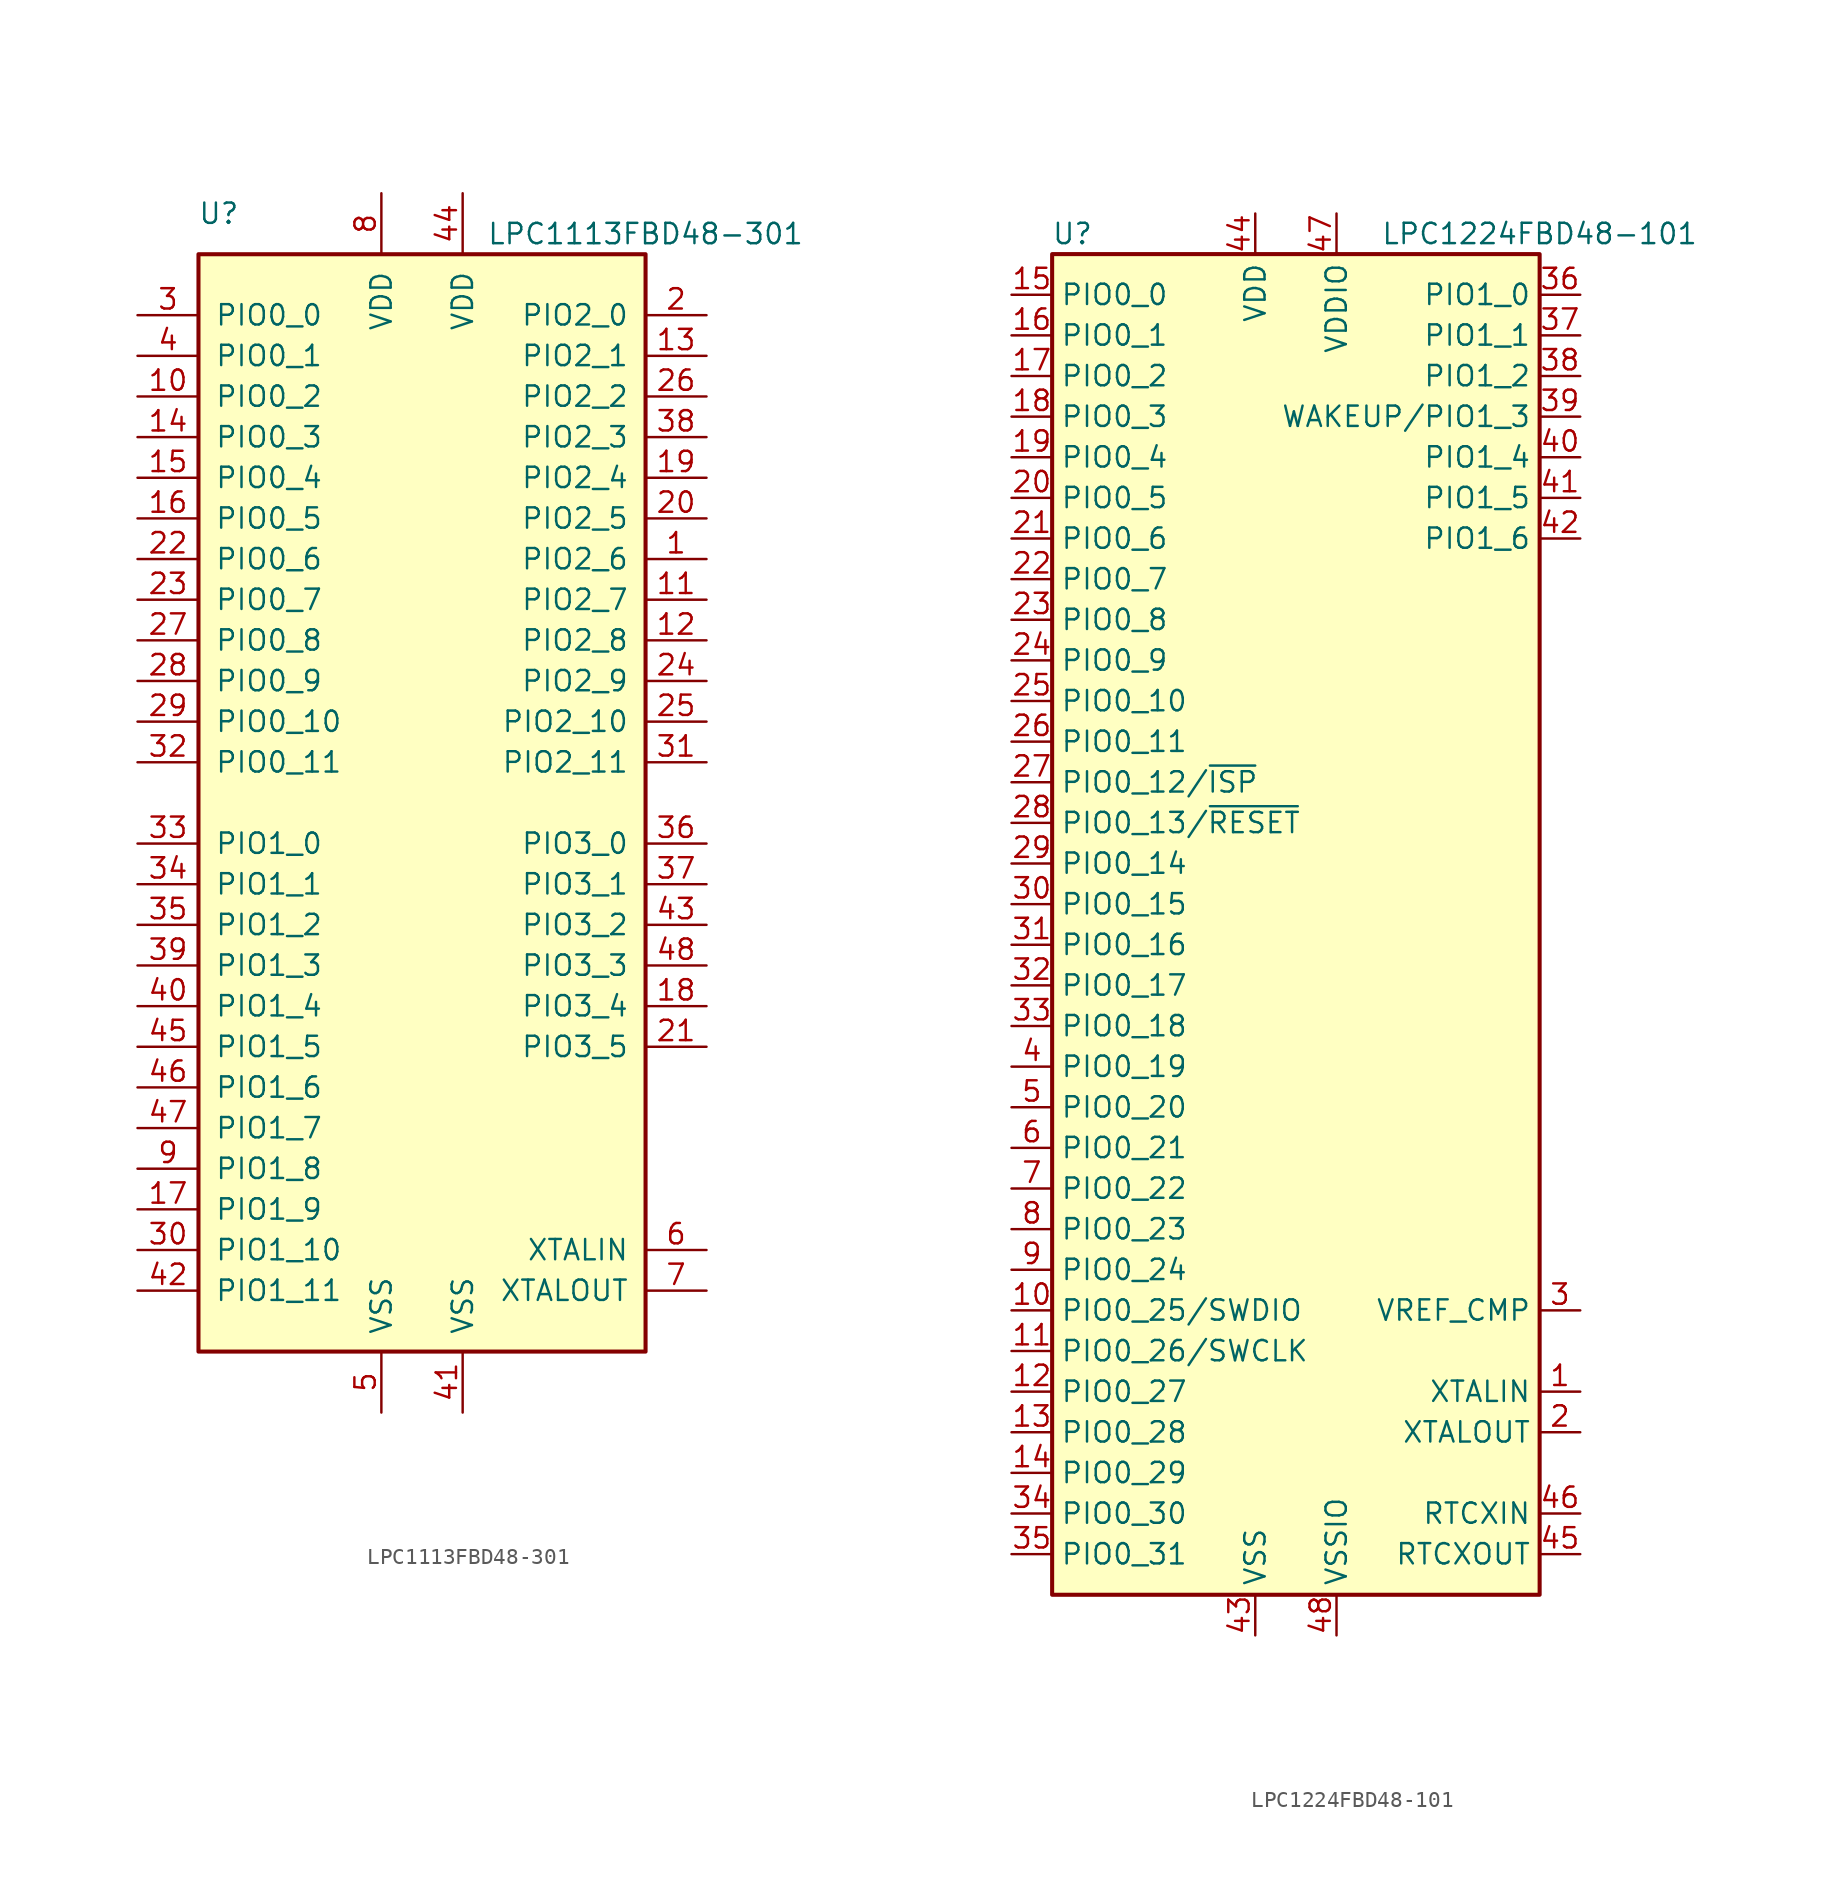
<source format=kicad_sym>
(kicad_symbol_lib
  (version 20201005)
  (generator kicad_symbol_editor)
  (symbol "MCU_NXP_LPC:LPC1113FBD48-301"
    (pin_names
      (offset 1.016))
    (property "Reference" "U"
      (at -12.7 36.83 0)
      (effects (font (size 1.27 1.27))))
    (property "Value" "LPC1113FBD48-301"
      (at 13.97 35.56 0)
      (effects (font (size 1.27 1.27))))
    (symbol "LPC1113FBD48-301_0_1"
      (rectangle (start -13.97 34.29) (end 13.97 -34.29) (stroke (width 0.254)) (fill (type background))))
    (symbol "LPC1113FBD48-301_1_1"
      (pin bidirectional line (at 17.78 15.24 180) (length 3.81) (name "PIO2_6" (effects (font (size 1.27 1.27)))) (number "1" (effects (font (size 1.27 1.27)))))
      (pin bidirectional line (at -17.78 25.4 0) (length 3.81) (name "PIO0_2" (effects (font (size 1.27 1.27)))) (number "10" (effects (font (size 1.27 1.27)))))
      (pin bidirectional line (at 17.78 12.7 180) (length 3.81) (name "PIO2_7" (effects (font (size 1.27 1.27)))) (number "11" (effects (font (size 1.27 1.27)))))
      (pin bidirectional line (at 17.78 10.16 180) (length 3.81) (name "PIO2_8" (effects (font (size 1.27 1.27)))) (number "12" (effects (font (size 1.27 1.27)))))
      (pin bidirectional line (at 17.78 27.94 180) (length 3.81) (name "PIO2_1" (effects (font (size 1.27 1.27)))) (number "13" (effects (font (size 1.27 1.27)))))
      (pin bidirectional line (at -17.78 22.86 0) (length 3.81) (name "PIO0_3" (effects (font (size 1.27 1.27)))) (number "14" (effects (font (size 1.27 1.27)))))
      (pin bidirectional line (at -17.78 20.32 0) (length 3.81) (name "PIO0_4" (effects (font (size 1.27 1.27)))) (number "15" (effects (font (size 1.27 1.27)))))
      (pin bidirectional line (at -17.78 17.78 0) (length 3.81) (name "PIO0_5" (effects (font (size 1.27 1.27)))) (number "16" (effects (font (size 1.27 1.27)))))
      (pin bidirectional line (at -17.78 -25.4 0) (length 3.81) (name "PIO1_9" (effects (font (size 1.27 1.27)))) (number "17" (effects (font (size 1.27 1.27)))))
      (pin bidirectional line (at 17.78 -12.7 180) (length 3.81) (name "PIO3_4" (effects (font (size 1.27 1.27)))) (number "18" (effects (font (size 1.27 1.27)))))
      (pin bidirectional line (at 17.78 20.32 180) (length 3.81) (name "PIO2_4" (effects (font (size 1.27 1.27)))) (number "19" (effects (font (size 1.27 1.27)))))
      (pin bidirectional line (at 17.78 30.48 180) (length 3.81) (name "PIO2_0" (effects (font (size 1.27 1.27)))) (number "2" (effects (font (size 1.27 1.27)))))
      (pin bidirectional line (at 17.78 17.78 180) (length 3.81) (name "PIO2_5" (effects (font (size 1.27 1.27)))) (number "20" (effects (font (size 1.27 1.27)))))
      (pin bidirectional line (at 17.78 -15.24 180) (length 3.81) (name "PIO3_5" (effects (font (size 1.27 1.27)))) (number "21" (effects (font (size 1.27 1.27)))))
      (pin bidirectional line (at -17.78 15.24 0) (length 3.81) (name "PIO0_6" (effects (font (size 1.27 1.27)))) (number "22" (effects (font (size 1.27 1.27)))))
      (pin bidirectional line (at -17.78 12.7 0) (length 3.81) (name "PIO0_7" (effects (font (size 1.27 1.27)))) (number "23" (effects (font (size 1.27 1.27)))))
      (pin bidirectional line (at 17.78 7.62 180) (length 3.81) (name "PIO2_9" (effects (font (size 1.27 1.27)))) (number "24" (effects (font (size 1.27 1.27)))))
      (pin bidirectional line (at 17.78 5.08 180) (length 3.81) (name "PIO2_10" (effects (font (size 1.27 1.27)))) (number "25" (effects (font (size 1.27 1.27)))))
      (pin bidirectional line (at 17.78 25.4 180) (length 3.81) (name "PIO2_2" (effects (font (size 1.27 1.27)))) (number "26" (effects (font (size 1.27 1.27)))))
      (pin bidirectional line (at -17.78 10.16 0) (length 3.81) (name "PIO0_8" (effects (font (size 1.27 1.27)))) (number "27" (effects (font (size 1.27 1.27)))))
      (pin bidirectional line (at -17.78 7.62 0) (length 3.81) (name "PIO0_9" (effects (font (size 1.27 1.27)))) (number "28" (effects (font (size 1.27 1.27)))))
      (pin bidirectional line (at -17.78 5.08 0) (length 3.81) (name "PIO0_10" (effects (font (size 1.27 1.27)))) (number "29" (effects (font (size 1.27 1.27)))))
      (pin bidirectional line (at -17.78 30.48 0) (length 3.81) (name "PIO0_0" (effects (font (size 1.27 1.27)))) (number "3" (effects (font (size 1.27 1.27)))))
      (pin bidirectional line (at -17.78 -27.94 0) (length 3.81) (name "PIO1_10" (effects (font (size 1.27 1.27)))) (number "30" (effects (font (size 1.27 1.27)))))
      (pin bidirectional line (at 17.78 2.54 180) (length 3.81) (name "PIO2_11" (effects (font (size 1.27 1.27)))) (number "31" (effects (font (size 1.27 1.27)))))
      (pin bidirectional line (at -17.78 2.54 0) (length 3.81) (name "PIO0_11" (effects (font (size 1.27 1.27)))) (number "32" (effects (font (size 1.27 1.27)))))
      (pin bidirectional line (at -17.78 -2.54 0) (length 3.81) (name "PIO1_0" (effects (font (size 1.27 1.27)))) (number "33" (effects (font (size 1.27 1.27)))))
      (pin bidirectional line (at -17.78 -5.08 0) (length 3.81) (name "PIO1_1" (effects (font (size 1.27 1.27)))) (number "34" (effects (font (size 1.27 1.27)))))
      (pin bidirectional line (at -17.78 -7.62 0) (length 3.81) (name "PIO1_2" (effects (font (size 1.27 1.27)))) (number "35" (effects (font (size 1.27 1.27)))))
      (pin bidirectional line (at 17.78 -2.54 180) (length 3.81) (name "PIO3_0" (effects (font (size 1.27 1.27)))) (number "36" (effects (font (size 1.27 1.27)))))
      (pin bidirectional line (at 17.78 -5.08 180) (length 3.81) (name "PIO3_1" (effects (font (size 1.27 1.27)))) (number "37" (effects (font (size 1.27 1.27)))))
      (pin bidirectional line (at 17.78 22.86 180) (length 3.81) (name "PIO2_3" (effects (font (size 1.27 1.27)))) (number "38" (effects (font (size 1.27 1.27)))))
      (pin bidirectional line (at -17.78 -10.16 0) (length 3.81) (name "PIO1_3" (effects (font (size 1.27 1.27)))) (number "39" (effects (font (size 1.27 1.27)))))
      (pin bidirectional line (at -17.78 27.94 0) (length 3.81) (name "PIO0_1" (effects (font (size 1.27 1.27)))) (number "4" (effects (font (size 1.27 1.27)))))
      (pin bidirectional line (at -17.78 -12.7 0) (length 3.81) (name "PIO1_4" (effects (font (size 1.27 1.27)))) (number "40" (effects (font (size 1.27 1.27)))))
      (pin power_in line (at 2.54 -38.1 90) (length 3.81) (name "VSS" (effects (font (size 1.27 1.27)))) (number "41" (effects (font (size 1.27 1.27)))))
      (pin bidirectional line (at -17.78 -30.48 0) (length 3.81) (name "PIO1_11" (effects (font (size 1.27 1.27)))) (number "42" (effects (font (size 1.27 1.27)))))
      (pin bidirectional line (at 17.78 -7.62 180) (length 3.81) (name "PIO3_2" (effects (font (size 1.27 1.27)))) (number "43" (effects (font (size 1.27 1.27)))))
      (pin power_in line (at 2.54 38.1 270) (length 3.81) (name "VDD" (effects (font (size 1.27 1.27)))) (number "44" (effects (font (size 1.27 1.27)))))
      (pin bidirectional line (at -17.78 -15.24 0) (length 3.81) (name "PIO1_5" (effects (font (size 1.27 1.27)))) (number "45" (effects (font (size 1.27 1.27)))))
      (pin bidirectional line (at -17.78 -17.78 0) (length 3.81) (name "PIO1_6" (effects (font (size 1.27 1.27)))) (number "46" (effects (font (size 1.27 1.27)))))
      (pin bidirectional line (at -17.78 -20.32 0) (length 3.81) (name "PIO1_7" (effects (font (size 1.27 1.27)))) (number "47" (effects (font (size 1.27 1.27)))))
      (pin bidirectional line (at 17.78 -10.16 180) (length 3.81) (name "PIO3_3" (effects (font (size 1.27 1.27)))) (number "48" (effects (font (size 1.27 1.27)))))
      (pin power_in line (at -2.54 -38.1 90) (length 3.81) (name "VSS" (effects (font (size 1.27 1.27)))) (number "5" (effects (font (size 1.27 1.27)))))
      (pin input line (at 17.78 -27.94 180) (length 3.81) (name "XTALIN" (effects (font (size 1.27 1.27)))) (number "6" (effects (font (size 1.27 1.27)))))
      (pin output line (at 17.78 -30.48 180) (length 3.81) (name "XTALOUT" (effects (font (size 1.27 1.27)))) (number "7" (effects (font (size 1.27 1.27)))))
      (pin power_in line (at -2.54 38.1 270) (length 3.81) (name "VDD" (effects (font (size 1.27 1.27)))) (number "8" (effects (font (size 1.27 1.27)))))
      (pin bidirectional line (at -17.78 -22.86 0) (length 3.81) (name "PIO1_8" (effects (font (size 1.27 1.27)))) (number "9" (effects (font (size 1.27 1.27)))))))
  (symbol "MCU_NXP_LPC:LPC1224FBD48-101"
    (property "Reference" "U"
      (at -13.97 44.45 0)
      (effects (font (size 1.27 1.27))))
    (property "Value" "LPC1224FBD48-101"
      (at 15.24 44.45 0)
      (effects (font (size 1.27 1.27))))
    (symbol "LPC1224FBD48-101_0_1"
      (rectangle (start -15.24 43.18) (end 15.24 -40.64) (stroke (width 0.254)) (fill (type background))))
    (symbol "LPC1224FBD48-101_1_1"
      (pin input line (at 17.78 -27.94 180) (length 2.54) (name "XTALIN" (effects (font (size 1.27 1.27)))) (number "1" (effects (font (size 1.27 1.27)))))
      (pin bidirectional line (at -17.78 -22.86 0) (length 2.54) (name "PIO0_25/SWDIO" (effects (font (size 1.27 1.27)))) (number "10" (effects (font (size 1.27 1.27)))))
      (pin bidirectional line (at -17.78 -25.4 0) (length 2.54) (name "PIO0_26/SWCLK" (effects (font (size 1.27 1.27)))) (number "11" (effects (font (size 1.27 1.27)))))
      (pin bidirectional line (at -17.78 -27.94 0) (length 2.54) (name "PIO0_27" (effects (font (size 1.27 1.27)))) (number "12" (effects (font (size 1.27 1.27)))))
      (pin bidirectional line (at -17.78 -30.48 0) (length 2.54) (name "PIO0_28" (effects (font (size 1.27 1.27)))) (number "13" (effects (font (size 1.27 1.27)))))
      (pin bidirectional line (at -17.78 -33.02 0) (length 2.54) (name "PIO0_29" (effects (font (size 1.27 1.27)))) (number "14" (effects (font (size 1.27 1.27)))))
      (pin bidirectional line (at -17.78 40.64 0) (length 2.54) (name "PIO0_0" (effects (font (size 1.27 1.27)))) (number "15" (effects (font (size 1.27 1.27)))))
      (pin bidirectional line (at -17.78 38.1 0) (length 2.54) (name "PIO0_1" (effects (font (size 1.27 1.27)))) (number "16" (effects (font (size 1.27 1.27)))))
      (pin bidirectional line (at -17.78 35.56 0) (length 2.54) (name "PIO0_2" (effects (font (size 1.27 1.27)))) (number "17" (effects (font (size 1.27 1.27)))))
      (pin bidirectional line (at -17.78 33.02 0) (length 2.54) (name "PIO0_3" (effects (font (size 1.27 1.27)))) (number "18" (effects (font (size 1.27 1.27)))))
      (pin bidirectional line (at -17.78 30.48 0) (length 2.54) (name "PIO0_4" (effects (font (size 1.27 1.27)))) (number "19" (effects (font (size 1.27 1.27)))))
      (pin output line (at 17.78 -30.48 180) (length 2.54) (name "XTALOUT" (effects (font (size 1.27 1.27)))) (number "2" (effects (font (size 1.27 1.27)))))
      (pin bidirectional line (at -17.78 27.94 0) (length 2.54) (name "PIO0_5" (effects (font (size 1.27 1.27)))) (number "20" (effects (font (size 1.27 1.27)))))
      (pin bidirectional line (at -17.78 25.4 0) (length 2.54) (name "PIO0_6" (effects (font (size 1.27 1.27)))) (number "21" (effects (font (size 1.27 1.27)))))
      (pin bidirectional line (at -17.78 22.86 0) (length 2.54) (name "PIO0_7" (effects (font (size 1.27 1.27)))) (number "22" (effects (font (size 1.27 1.27)))))
      (pin bidirectional line (at -17.78 20.32 0) (length 2.54) (name "PIO0_8" (effects (font (size 1.27 1.27)))) (number "23" (effects (font (size 1.27 1.27)))))
      (pin bidirectional line (at -17.78 17.78 0) (length 2.54) (name "PIO0_9" (effects (font (size 1.27 1.27)))) (number "24" (effects (font (size 1.27 1.27)))))
      (pin bidirectional line (at -17.78 15.24 0) (length 2.54) (name "PIO0_10" (effects (font (size 1.27 1.27)))) (number "25" (effects (font (size 1.27 1.27)))))
      (pin bidirectional line (at -17.78 12.7 0) (length 2.54) (name "PIO0_11" (effects (font (size 1.27 1.27)))) (number "26" (effects (font (size 1.27 1.27)))))
      (pin bidirectional line (at -17.78 10.16 0) (length 2.54) (name "PIO0_12/~ISP" (effects (font (size 1.27 1.27)))) (number "27" (effects (font (size 1.27 1.27)))))
      (pin bidirectional line (at -17.78 7.62 0) (length 2.54) (name "PIO0_13/~RESET" (effects (font (size 1.27 1.27)))) (number "28" (effects (font (size 1.27 1.27)))))
      (pin bidirectional line (at -17.78 5.08 0) (length 2.54) (name "PIO0_14" (effects (font (size 1.27 1.27)))) (number "29" (effects (font (size 1.27 1.27)))))
      (pin input line (at 17.78 -22.86 180) (length 2.54) (name "VREF_CMP" (effects (font (size 1.27 1.27)))) (number "3" (effects (font (size 1.27 1.27)))))
      (pin bidirectional line (at -17.78 2.54 0) (length 2.54) (name "PIO0_15" (effects (font (size 1.27 1.27)))) (number "30" (effects (font (size 1.27 1.27)))))
      (pin bidirectional line (at -17.78 0 0) (length 2.54) (name "PIO0_16" (effects (font (size 1.27 1.27)))) (number "31" (effects (font (size 1.27 1.27)))))
      (pin bidirectional line (at -17.78 -2.54 0) (length 2.54) (name "PIO0_17" (effects (font (size 1.27 1.27)))) (number "32" (effects (font (size 1.27 1.27)))))
      (pin bidirectional line (at -17.78 -5.08 0) (length 2.54) (name "PIO0_18" (effects (font (size 1.27 1.27)))) (number "33" (effects (font (size 1.27 1.27)))))
      (pin bidirectional line (at -17.78 -35.56 0) (length 2.54) (name "PIO0_30" (effects (font (size 1.27 1.27)))) (number "34" (effects (font (size 1.27 1.27)))))
      (pin bidirectional line (at -17.78 -38.1 0) (length 2.54) (name "PIO0_31" (effects (font (size 1.27 1.27)))) (number "35" (effects (font (size 1.27 1.27)))))
      (pin bidirectional line (at 17.78 40.64 180) (length 2.54) (name "PIO1_0" (effects (font (size 1.27 1.27)))) (number "36" (effects (font (size 1.27 1.27)))))
      (pin bidirectional line (at 17.78 38.1 180) (length 2.54) (name "PIO1_1" (effects (font (size 1.27 1.27)))) (number "37" (effects (font (size 1.27 1.27)))))
      (pin bidirectional line (at 17.78 35.56 180) (length 2.54) (name "PIO1_2" (effects (font (size 1.27 1.27)))) (number "38" (effects (font (size 1.27 1.27)))))
      (pin bidirectional line (at 17.78 33.02 180) (length 2.54) (name "WAKEUP/PIO1_3" (effects (font (size 1.27 1.27)))) (number "39" (effects (font (size 1.27 1.27)))))
      (pin bidirectional line (at -17.78 -7.62 0) (length 2.54) (name "PIO0_19" (effects (font (size 1.27 1.27)))) (number "4" (effects (font (size 1.27 1.27)))))
      (pin bidirectional line (at 17.78 30.48 180) (length 2.54) (name "PIO1_4" (effects (font (size 1.27 1.27)))) (number "40" (effects (font (size 1.27 1.27)))))
      (pin bidirectional line (at 17.78 27.94 180) (length 2.54) (name "PIO1_5" (effects (font (size 1.27 1.27)))) (number "41" (effects (font (size 1.27 1.27)))))
      (pin bidirectional line (at 17.78 25.4 180) (length 2.54) (name "PIO1_6" (effects (font (size 1.27 1.27)))) (number "42" (effects (font (size 1.27 1.27)))))
      (pin power_in line (at -2.54 -43.18 90) (length 2.54) (name "VSS" (effects (font (size 1.27 1.27)))) (number "43" (effects (font (size 1.27 1.27)))))
      (pin power_in line (at -2.54 45.72 270) (length 2.54) (name "VDD" (effects (font (size 1.27 1.27)))) (number "44" (effects (font (size 1.27 1.27)))))
      (pin output line (at 17.78 -38.1 180) (length 2.54) (name "RTCXOUT" (effects (font (size 1.27 1.27)))) (number "45" (effects (font (size 1.27 1.27)))))
      (pin input line (at 17.78 -35.56 180) (length 2.54) (name "RTCXIN" (effects (font (size 1.27 1.27)))) (number "46" (effects (font (size 1.27 1.27)))))
      (pin power_in line (at 2.54 45.72 270) (length 2.54) (name "VDDIO" (effects (font (size 1.27 1.27)))) (number "47" (effects (font (size 1.27 1.27)))))
      (pin power_in line (at 2.54 -43.18 90) (length 2.54) (name "VSSIO" (effects (font (size 1.27 1.27)))) (number "48" (effects (font (size 1.27 1.27)))))
      (pin bidirectional line (at -17.78 -10.16 0) (length 2.54) (name "PIO0_20" (effects (font (size 1.27 1.27)))) (number "5" (effects (font (size 1.27 1.27)))))
      (pin bidirectional line (at -17.78 -12.7 0) (length 2.54) (name "PIO0_21" (effects (font (size 1.27 1.27)))) (number "6" (effects (font (size 1.27 1.27)))))
      (pin bidirectional line (at -17.78 -15.24 0) (length 2.54) (name "PIO0_22" (effects (font (size 1.27 1.27)))) (number "7" (effects (font (size 1.27 1.27)))))
      (pin bidirectional line (at -17.78 -17.78 0) (length 2.54) (name "PIO0_23" (effects (font (size 1.27 1.27)))) (number "8" (effects (font (size 1.27 1.27)))))
      (pin bidirectional line (at -17.78 -20.32 0) (length 2.54) (name "PIO0_24" (effects (font (size 1.27 1.27)))) (number "9" (effects (font (size 1.27 1.27))))))))
</source>
